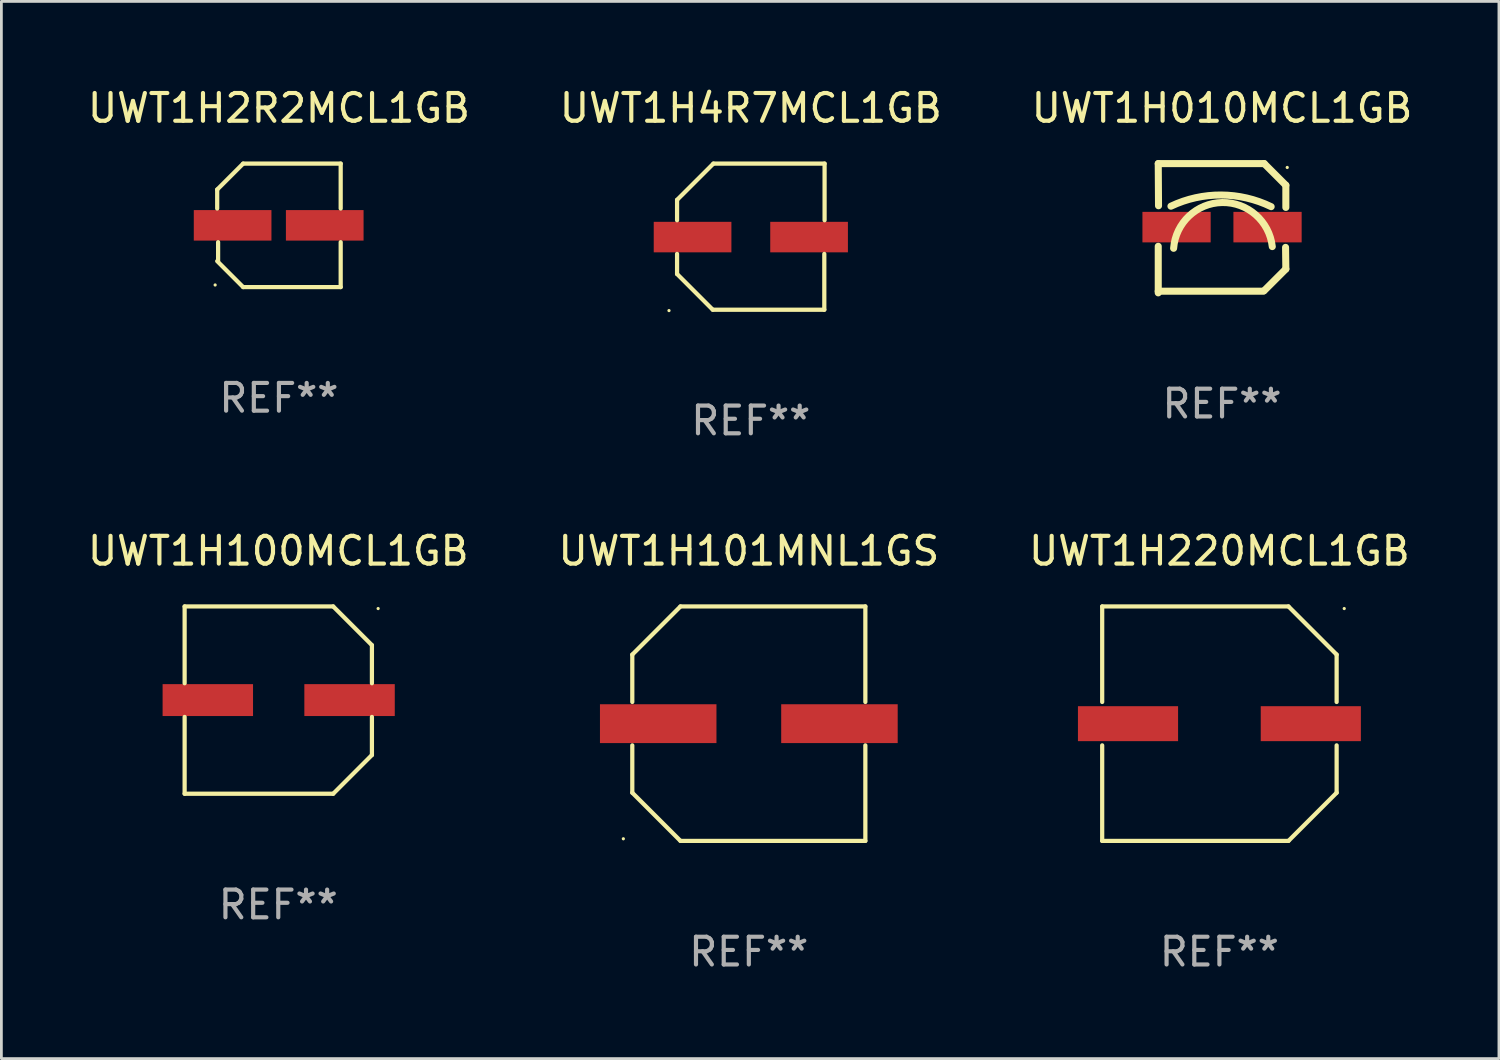
<source format=kicad_pcb>
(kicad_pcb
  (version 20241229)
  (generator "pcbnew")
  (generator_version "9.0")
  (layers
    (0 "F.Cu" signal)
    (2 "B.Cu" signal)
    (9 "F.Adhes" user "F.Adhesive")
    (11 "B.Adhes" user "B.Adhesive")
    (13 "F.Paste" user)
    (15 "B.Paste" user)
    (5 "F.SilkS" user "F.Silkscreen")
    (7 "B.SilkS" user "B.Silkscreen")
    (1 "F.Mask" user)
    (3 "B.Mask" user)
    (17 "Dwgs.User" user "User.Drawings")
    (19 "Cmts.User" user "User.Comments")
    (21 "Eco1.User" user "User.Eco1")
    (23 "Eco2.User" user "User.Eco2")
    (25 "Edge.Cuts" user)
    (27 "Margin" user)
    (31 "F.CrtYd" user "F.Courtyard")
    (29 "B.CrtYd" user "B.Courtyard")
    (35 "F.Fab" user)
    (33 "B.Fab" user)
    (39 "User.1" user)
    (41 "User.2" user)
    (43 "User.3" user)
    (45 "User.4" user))
  (footprint "UWT1H101MNL1GS"
    (layer "F.Cu")
    (at 23.946 23.039)
    (property "Reference" "UWT1H101MNL1GS" (at 0 -6.226 0) (layer "F.SilkS") (effects (font (size 1 1) (thickness 0.15))))
    (attr through_hole)
    (fp_line (start -4.201 -2.49) (end -4.201 -0.782) (stroke (width 0.152) (type solid)) (layer "F.SilkS"))
    (fp_line (start -4.201 2.49) (end -4.201 0.782) (stroke (width 0.152) (type solid)) (layer "F.SilkS"))
    (fp_line (start -2.465 -4.226) (end -4.201 -2.49) (stroke (width 0.152) (type solid)) (layer "F.SilkS"))
    (fp_line (start -2.465 4.226) (end -4.201 2.49) (stroke (width 0.152) (type solid)) (layer "F.SilkS"))
    (fp_line (start 4.201 -4.226) (end -2.465 -4.226) (stroke (width 0.152) (type solid)) (layer "F.SilkS"))
    (fp_line (start 4.201 -0.782) (end 4.201 -4.226) (stroke (width 0.152) (type solid)) (layer "F.SilkS"))
    (fp_line (start 4.201 0.782) (end 4.201 4.226) (stroke (width 0.152) (type solid)) (layer "F.SilkS"))
    (fp_line (start 4.201 4.226) (end -2.465 4.226) (stroke (width 0.152) (type solid)) (layer "F.SilkS"))
    (fp_circle (center -4.524 4.15) (end -4.494 4.15) (stroke (width 0.06) (type solid)) (fill no) (layer "F.SilkS"))
    (fp_text user "REF**" (at 0 8.226 0) (layer "F.Fab") (effects (font (size 1 1) (thickness 0.15))))
    (pad "1" smd rect (at -3.267 0) (size 4.2 1.4) (layers "F.Cu" "F.Mask" "F.Paste"))
    (pad "2" smd rect (at 3.267 0) (size 4.2 1.4) (layers "F.Cu" "F.Mask" "F.Paste")))
  (footprint "UWT1H010MCL1GB"
    (layer "F.Cu")
    (at 41.006 5.178)
    (property "Reference" "UWT1H010MCL1GB" (at 0 -4.33 0) (layer "F.SilkS") (effects (font (size 1 1) (thickness 0.15))))
    (attr through_hole)
    (fp_line (start -2.3 -2.33) (end 1.52 -2.33) (stroke (width 0.254) (type solid)) (layer "F.SilkS"))
    (fp_line (start -2.3 2.27) (end 1.49 2.27) (stroke (width 0.254) (type solid)) (layer "F.SilkS"))
    (fp_line (start -2.3 2.33) (end -2.3 0.651) (stroke (width 0.254) (type solid)) (layer "F.SilkS"))
    (fp_line (start -2.29 -0.81) (end -2.3 -2.33) (stroke (width 0.254) (type solid)) (layer "F.SilkS"))
    (fp_line (start 2.3 -1.55) (end 1.52 -2.33) (stroke (width 0.254) (type solid)) (layer "F.SilkS"))
    (fp_line (start 2.3 1.47) (end 1.52 2.25) (stroke (width 0.254) (type solid)) (layer "F.SilkS"))
    (fp_line (start 2.3 1.47) (end 2.29 0.69) (stroke (width 0.254) (type solid)) (layer "F.SilkS"))
    (fp_line (start 2.3 -0.75) (end 2.3 -1.55) (stroke (width 0.254) (type solid)) (layer "F.SilkS"))
    (fp_arc (start -1.842151 -0.794552) (mid -0.033717 -1.197402) (end 1.770752 -0.777152) (stroke (width 0.254001) (type solid)) (layer "F.SilkS"))
    (fp_arc (start -1.745757 0.723659) (mid 0.004392 -0.926664) (end 1.810884 0.661786) (stroke (width 0.254001) (type solid)) (layer "F.SilkS"))
    (fp_circle (center 2.35 -2.191) (end 2.38 -2.191) (stroke (width 0.06) (type solid)) (fill no) (layer "F.SilkS"))
    (fp_text user "REF**" (at 0 6.33 0) (layer "F.Fab") (effects (font (size 1 1) (thickness 0.15))))
    (pad "1" smd rect (at 1.64 -0.04) (size 2.46 1.1) (layers "F.Cu" "F.Mask" "F.Paste"))
    (pad "2" smd rect (at -1.64 -0.04) (size 2.46 1.1) (layers "F.Cu" "F.Mask" "F.Paste")))
  (footprint "UWT1H2R2MCL1GB"
    (layer "F.Cu")
    (at 7.006 5.074)
    (property "Reference" "UWT1H2R2MCL1GB" (at 0 -4.226 0) (layer "F.SilkS") (effects (font (size 1 1) (thickness 0.15))))
    (attr through_hole)
    (fp_line (start -2.226 -1.29) (end -2.226 -0.607) (stroke (width 0.152) (type solid)) (layer "F.SilkS"))
    (fp_line (start -2.193 1.29) (end -2.193 0.607) (stroke (width 0.152) (type solid)) (layer "F.SilkS"))
    (fp_line (start -1.29 2.226) (end -2.226 1.29) (stroke (width 0.152) (type solid)) (layer "F.SilkS"))
    (fp_line (start -1.29 -2.226) (end -2.226 -1.29) (stroke (width 0.152) (type solid)) (layer "F.SilkS"))
    (fp_line (start 2.226 -2.226) (end -1.29 -2.226) (stroke (width 0.152) (type solid)) (layer "F.SilkS"))
    (fp_line (start 2.226 -0.607) (end 2.226 -2.226) (stroke (width 0.152) (type solid)) (layer "F.SilkS"))
    (fp_line (start 2.226 0.607) (end 2.226 2.226) (stroke (width 0.152) (type solid)) (layer "F.SilkS"))
    (fp_line (start 2.226 2.226) (end -1.29 2.226) (stroke (width 0.152) (type solid)) (layer "F.SilkS"))
    (fp_circle (center -2.3 2.15) (end -2.27 2.15) (stroke (width 0.06) (type solid)) (fill no) (layer "F.SilkS"))
    (fp_text user "REF**" (at 0 6.226 0) (layer "F.Fab") (effects (font (size 1 1) (thickness 0.15))))
    (pad "1" smd rect (at -1.67 -0.000025) (size 2.8 1.1) (layers "F.Cu" "F.Mask" "F.Paste"))
    (pad "2" smd rect (at 1.651 -0.000025) (size 2.8 1.1) (layers "F.Cu" "F.Mask" "F.Paste")))
  (footprint "UWT1H100MCL1GB"
    (layer "F.Cu")
    (at 6.982 22.189)
    (property "Reference" "UWT1H100MCL1GB" (at 0 -5.376 0) (layer "F.SilkS") (effects (font (size 1 1) (thickness 0.15))))
    (attr through_hole)
    (fp_line (start -3.376 -3.376) (end 1.98 -3.376) (stroke (width 0.152) (type solid)) (layer "F.SilkS"))
    (fp_line (start -3.376 -0.607) (end -3.376 -3.376) (stroke (width 0.152) (type solid)) (layer "F.SilkS"))
    (fp_line (start -3.376 0.607) (end -3.376 3.376) (stroke (width 0.152) (type solid)) (layer "F.SilkS"))
    (fp_line (start -3.376 3.376) (end 1.98 3.376) (stroke (width 0.152) (type solid)) (layer "F.SilkS"))
    (fp_line (start 1.98 -3.376) (end 3.376 -1.98) (stroke (width 0.152) (type solid)) (layer "F.SilkS"))
    (fp_line (start 1.98 3.376) (end 3.376 1.98) (stroke (width 0.152) (type solid)) (layer "F.SilkS"))
    (fp_line (start 3.376 -1.98) (end 3.376 -0.607) (stroke (width 0.152) (type solid)) (layer "F.SilkS"))
    (fp_line (start 3.376 1.98) (end 3.376 0.607) (stroke (width 0.152) (type solid)) (layer "F.SilkS"))
    (fp_circle (center 3.6 -3.3) (end 3.63 -3.3) (stroke (width 0.06) (type solid)) (fill no) (layer "F.SilkS"))
    (fp_text user "REF**" (at 0 7.376 0) (layer "F.Fab") (effects (font (size 1 1) (thickness 0.15))))
    (pad "1" smd rect (at 2.57 0 180) (size 3.26 1.15) (layers "F.Cu" "F.Mask" "F.Paste"))
    (pad "2" smd rect (at -2.54 0 180) (size 3.26 1.15) (layers "F.Cu" "F.Mask" "F.Paste")))
  (footprint "UWT1H4R7MCL1GB"
    (layer "F.Cu")
    (at 24.018 5.482)
    (property "Reference" "UWT1H4R7MCL1GB" (at 0 -4.634 0) (layer "F.SilkS") (effects (font (size 1 1) (thickness 0.15))))
    (attr through_hole)
    (fp_line (start -2.659 -1.326) (end -2.659 -0.592) (stroke (width 0.152) (type solid)) (layer "F.SilkS"))
    (fp_line (start -2.659 1.346) (end -2.659 0.622) (stroke (width 0.152) (type solid)) (layer "F.SilkS"))
    (fp_line (start -1.372 2.634) (end -2.659 1.346) (stroke (width 0.152) (type solid)) (layer "F.SilkS"))
    (fp_line (start -1.349 -2.634) (end -2.659 -1.326) (stroke (width 0.152) (type solid)) (layer "F.SilkS"))
    (fp_line (start 2.649 0.622) (end 2.649 2.634) (stroke (width 0.152) (type solid)) (layer "F.SilkS"))
    (fp_line (start 2.649 2.634) (end -1.372 2.634) (stroke (width 0.152) (type solid)) (layer "F.SilkS"))
    (fp_line (start 2.659 -2.634) (end -1.349 -2.634) (stroke (width 0.152) (type solid)) (layer "F.SilkS"))
    (fp_line (start 2.659 -0.592) (end 2.659 -2.634) (stroke (width 0.152) (type solid)) (layer "F.SilkS"))
    (fp_circle (center -2.95 2.665) (end -2.92 2.665) (stroke (width 0.06) (type solid)) (fill no) (layer "F.SilkS"))
    (fp_text user "REF**" (at 0 6.634 0) (layer "F.Fab") (effects (font (size 1 1) (thickness 0.15))))
    (pad "1" smd rect (at -2.1 0.015) (size 2.8 1.1) (layers "F.Cu" "F.Mask" "F.Paste"))
    (pad "2" smd rect (at 2.1 0.015) (size 2.8 1.1) (layers "F.Cu" "F.Mask" "F.Paste")))
  (footprint "UWT1H220MCL1GB"
    (layer "F.Cu")
    (at 40.911 23.039)
    (property "Reference" "UWT1H220MCL1GB" (at 0 -6.226 0) (layer "F.SilkS") (effects (font (size 1 1) (thickness 0.15))))
    (attr through_hole)
    (fp_line (start -4.226 -4.226) (end 2.49 -4.226) (stroke (width 0.152) (type solid)) (layer "F.SilkS"))
    (fp_line (start -4.226 -0.782) (end -4.226 -4.226) (stroke (width 0.152) (type solid)) (layer "F.SilkS"))
    (fp_line (start -4.226 0.782) (end -4.226 4.226) (stroke (width 0.152) (type solid)) (layer "F.SilkS"))
    (fp_line (start -4.226 4.226) (end 2.49 4.226) (stroke (width 0.152) (type solid)) (layer "F.SilkS"))
    (fp_line (start 2.49 -4.226) (end 4.226 -2.49) (stroke (width 0.152) (type solid)) (layer "F.SilkS"))
    (fp_line (start 2.49 4.226) (end 4.226 2.49) (stroke (width 0.152) (type solid)) (layer "F.SilkS"))
    (fp_line (start 4.226 -2.49) (end 4.226 -0.782) (stroke (width 0.152) (type solid)) (layer "F.SilkS"))
    (fp_line (start 4.226 2.49) (end 4.226 0.782) (stroke (width 0.152) (type solid)) (layer "F.SilkS"))
    (fp_circle (center 4.5 -4.15) (end 4.53 -4.15) (stroke (width 0.06) (type solid)) (fill no) (layer "F.SilkS"))
    (fp_text user "REF**" (at 0 8.226 0) (layer "F.Fab") (effects (font (size 1 1) (thickness 0.15))))
    (pad "1" smd rect (at 3.295 0 180) (size 3.61 1.26) (layers "F.Cu" "F.Mask" "F.Paste"))
    (pad "2" smd rect (at -3.295 0 180) (size 3.61 1.26) (layers "F.Cu" "F.Mask" "F.Paste")))
  (gr_rect
    (start -3 -3)
    (end 50.988 35.113)
    (stroke (width 0.1) (type default))
    (fill no)
    (layer "Edge.Cuts")))
</source>
